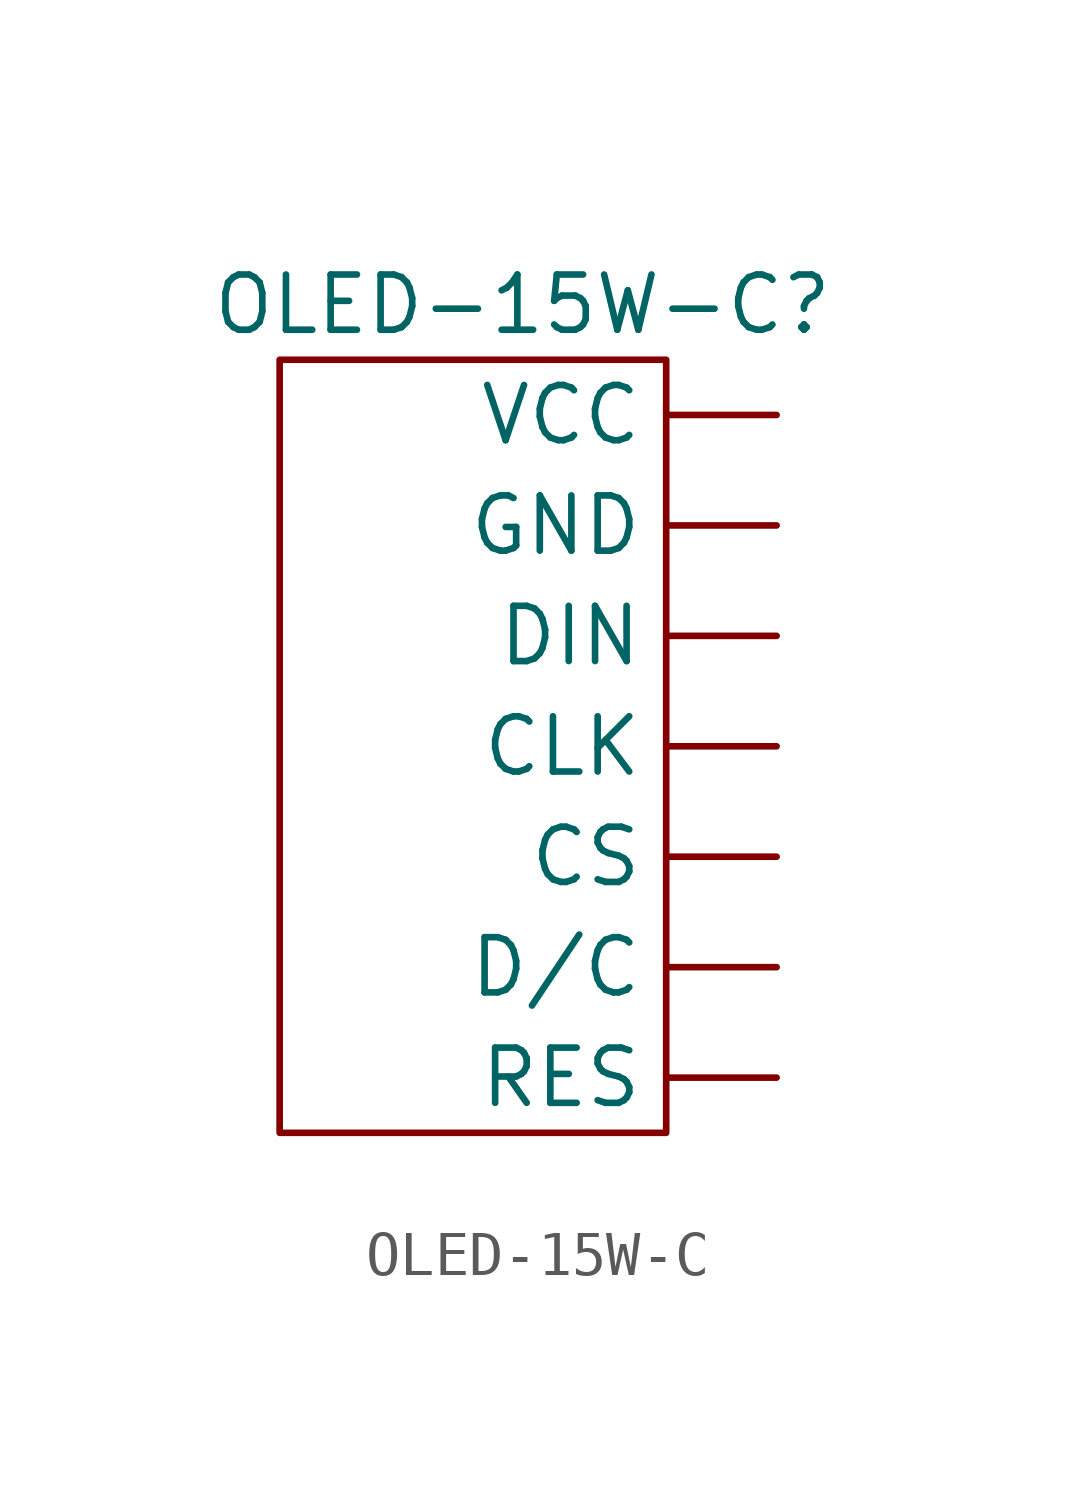
<source format=kicad_sym>
(kicad_symbol_lib
  (version 20231120)
  (generator "kicad_symbol_editor")
  (generator_version "8.0")
  (symbol "OLED-15W-C"
    (property "Reference" "OLED-15W-C"
      (at 1.778 8.89 0)
      (effects (font (size 1.27 1.27))))
    (property "Value" ""
      (at 8.89 5.08 0)
      (effects (font (size 1.27 1.27))))
    (symbol "OLED-15W-C_0_1"
      (rectangle (start -3.81 7.62) (end 5.08 -10.16) (stroke (width 0) (type default)) (fill (type none))))
    (symbol "OLED-15W-C_1_1"
      (pin input line (at 7.62 -1.27 180) (length 2.54) (name "CLK" (effects (font (size 1.27 1.27)))) (number "" (effects (font (size 1.27 1.27)))))
      (pin input line (at 7.62 -3.81 180) (length 2.54) (name "CS" (effects (font (size 1.27 1.27)))) (number "" (effects (font (size 1.27 1.27)))))
      (pin input line (at 7.62 -6.35 180) (length 2.54) (name "D/C" (effects (font (size 1.27 1.27)))) (number "" (effects (font (size 1.27 1.27)))))
      (pin input line (at 7.62 1.27 180) (length 2.54) (name "DIN" (effects (font (size 1.27 1.27)))) (number "" (effects (font (size 1.27 1.27)))))
      (pin input line (at 7.62 3.81 180) (length 2.54) (name "GND" (effects (font (size 1.27 1.27)))) (number "" (effects (font (size 1.27 1.27)))))
      (pin input line (at 7.62 -8.89 180) (length 2.54) (name "RES" (effects (font (size 1.27 1.27)))) (number "" (effects (font (size 1.27 1.27)))))
      (pin input line (at 7.62 6.35 180) (length 2.54) (name "VCC" (effects (font (size 1.27 1.27)))) (number "" (effects (font (size 1.27 1.27))))))))
</source>
